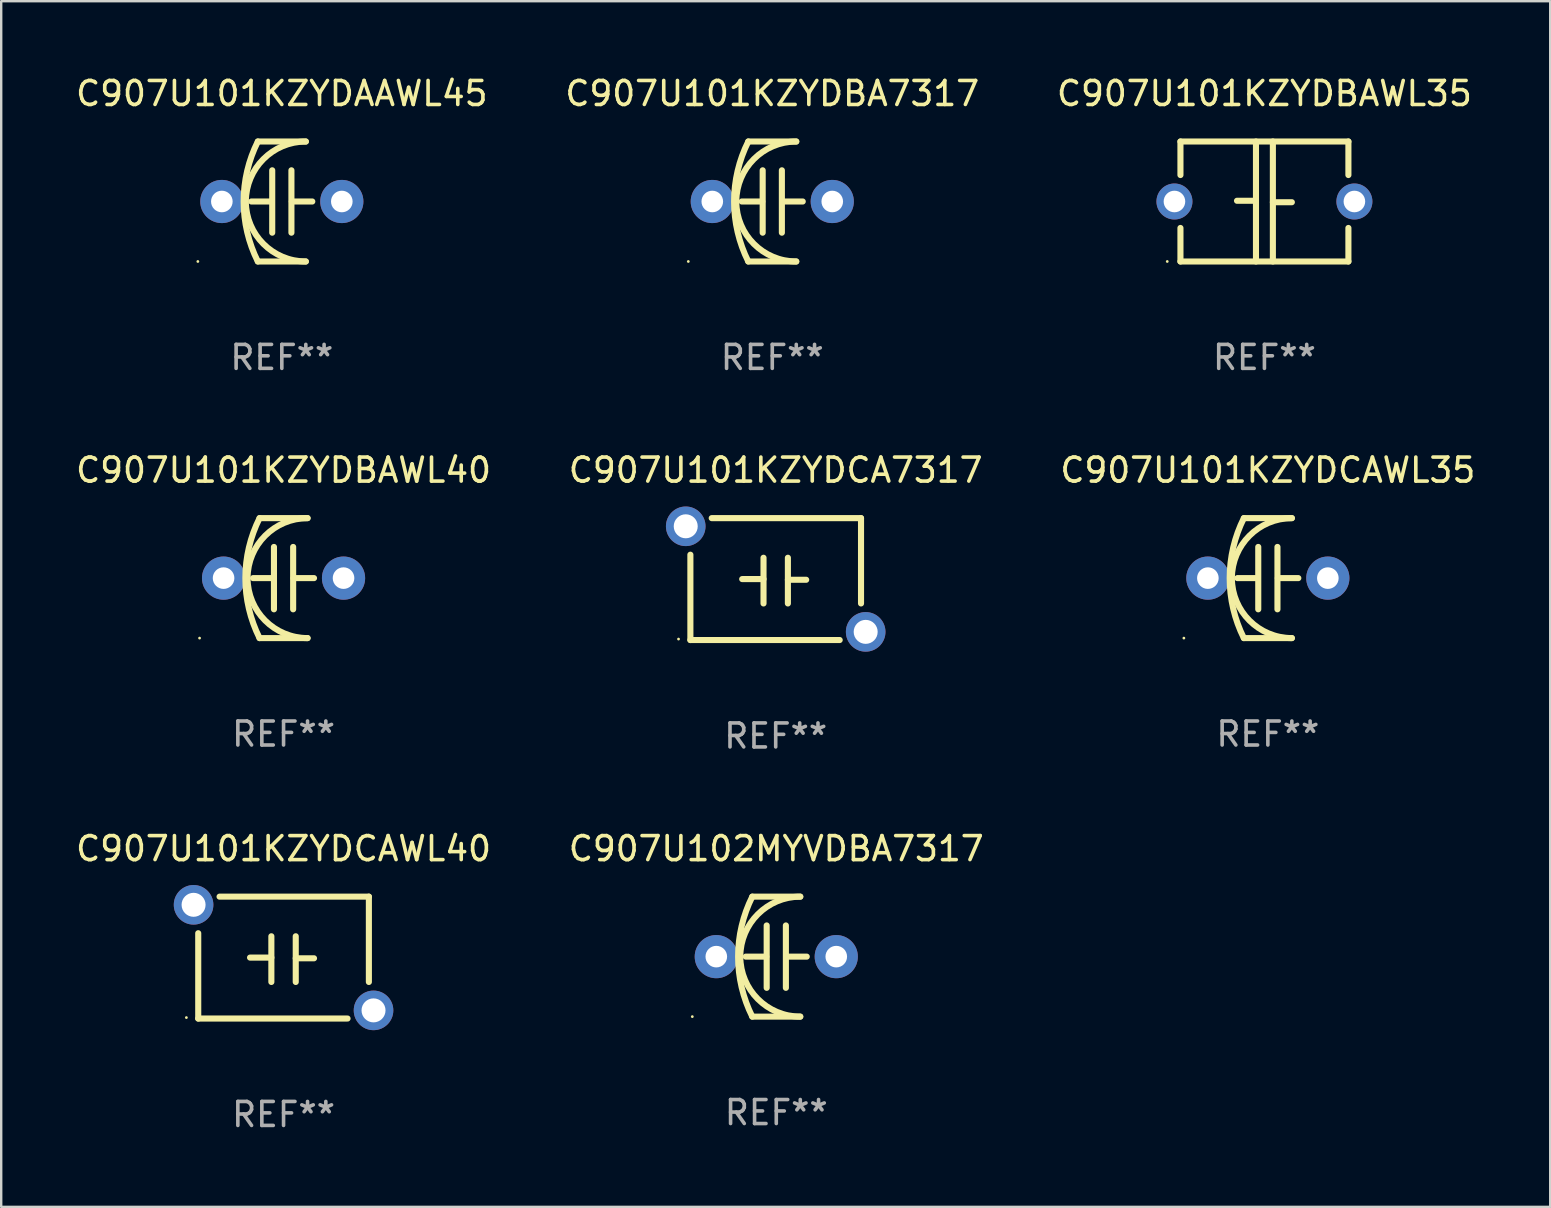
<source format=kicad_pcb>
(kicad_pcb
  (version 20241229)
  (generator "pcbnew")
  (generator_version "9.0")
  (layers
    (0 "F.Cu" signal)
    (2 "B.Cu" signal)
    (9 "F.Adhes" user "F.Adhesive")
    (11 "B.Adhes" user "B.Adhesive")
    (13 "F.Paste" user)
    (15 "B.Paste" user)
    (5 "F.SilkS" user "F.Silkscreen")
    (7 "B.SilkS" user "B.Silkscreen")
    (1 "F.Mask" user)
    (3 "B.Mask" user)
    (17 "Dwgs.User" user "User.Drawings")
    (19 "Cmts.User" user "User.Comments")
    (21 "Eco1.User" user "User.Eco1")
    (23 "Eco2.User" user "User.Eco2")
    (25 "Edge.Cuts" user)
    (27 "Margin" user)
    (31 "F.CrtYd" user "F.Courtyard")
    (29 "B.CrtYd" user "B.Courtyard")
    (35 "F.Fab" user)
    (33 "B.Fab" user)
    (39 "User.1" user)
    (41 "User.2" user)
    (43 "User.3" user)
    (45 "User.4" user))
  (footprint "C907U101KZYDBA7317"
    (layer "F.Cu")
    (at 29.137 5.348)
    (property "Reference" "C907U101KZYDBA7317" (at 0 -4.5 0) (layer "F.SilkS") (effects (font (size 1 1) (thickness 0.15))))
    (attr through_hole)
    (fp_line (start -1 -2.5) (end 1 -2.5) (stroke (width 0.254) (type solid)) (layer "F.SilkS"))
    (fp_line (start -1 2.5) (end 1 2.5) (stroke (width 0.254) (type solid)) (layer "F.SilkS"))
    (fp_line (start -0.416 0) (end -1.27 0) (stroke (width 0.254) (type solid)) (layer "F.SilkS"))
    (fp_line (start -0.4 -1.3) (end -0.4 1.3) (stroke (width 0.254) (type solid)) (layer "F.SilkS"))
    (fp_line (start 0.4 1.3) (end 0.4 -1.3) (stroke (width 0.254) (type solid)) (layer "F.SilkS"))
    (fp_line (start 0.416 0) (end 1.27 0) (stroke (width 0.254) (type solid)) (layer "F.SilkS"))
    (fp_arc (start -1.000762 2.499365) (mid -1.590595 -0.000407) (end -1 -2.5) (stroke (width 0.254001) (type solid)) (layer "F.SilkS"))
    (fp_arc (start 1 2.5) (mid -1.498907 -0.000064) (end 1.000763 -2.499364) (stroke (width 0.254001) (type solid)) (layer "F.SilkS"))
    (fp_circle (center -3.5 2.5) (end -3.47 2.5) (stroke (width 0.06) (type solid)) (fill no) (layer "F.SilkS"))
    (fp_text user "REF**" (at 0 6.5 0) (layer "F.Fab") (effects (font (size 1 1) (thickness 0.15))))
    (pad "1" thru_hole circle (at -2.5 0) (size 1.8 1.8) (drill 0.9) (layers "*.Cu" "*.Mask"))
    (pad "2" thru_hole circle (at 2.5 0) (size 1.8 1.8) (drill 0.9) (layers "*.Cu" "*.Mask")))
  (footprint "C907U101KZYDAAWL45"
    (layer "F.Cu")
    (at 8.696 5.348)
    (property "Reference" "C907U101KZYDAAWL45" (at 0 -4.5 0) (layer "F.SilkS") (effects (font (size 1 1) (thickness 0.15))))
    (attr through_hole)
    (fp_line (start -1 -2.5) (end 1 -2.5) (stroke (width 0.254) (type solid)) (layer "F.SilkS"))
    (fp_line (start -1 2.5) (end 1 2.5) (stroke (width 0.254) (type solid)) (layer "F.SilkS"))
    (fp_line (start -0.416 0) (end -1.27 0) (stroke (width 0.254) (type solid)) (layer "F.SilkS"))
    (fp_line (start -0.4 -1.3) (end -0.4 1.3) (stroke (width 0.254) (type solid)) (layer "F.SilkS"))
    (fp_line (start 0.4 1.3) (end 0.4 -1.3) (stroke (width 0.254) (type solid)) (layer "F.SilkS"))
    (fp_line (start 0.416 0) (end 1.27 0) (stroke (width 0.254) (type solid)) (layer "F.SilkS"))
    (fp_arc (start -1.000762 2.499365) (mid -1.590595 -0.000407) (end -1 -2.5) (stroke (width 0.254001) (type solid)) (layer "F.SilkS"))
    (fp_arc (start 1 2.5) (mid -1.498907 -0.000064) (end 1.000763 -2.499364) (stroke (width 0.254001) (type solid)) (layer "F.SilkS"))
    (fp_circle (center -3.5 2.5) (end -3.47 2.5) (stroke (width 0.06) (type solid)) (fill no) (layer "F.SilkS"))
    (fp_text user "REF**" (at 0 6.5 0) (layer "F.Fab") (effects (font (size 1 1) (thickness 0.15))))
    (pad "1" thru_hole circle (at -2.5 0) (size 1.8 1.8) (drill 0.9) (layers "*.Cu" "*.Mask"))
    (pad "2" thru_hole circle (at 2.5 0) (size 1.8 1.8) (drill 0.9) (layers "*.Cu" "*.Mask")))
  (footprint "C907U102MYVDBA7317"
    (layer "F.Cu")
    (at 29.304 36.821)
    (property "Reference" "C907U102MYVDBA7317" (at 0 -4.5 0) (layer "F.SilkS") (effects (font (size 1 1) (thickness 0.15))))
    (attr through_hole)
    (fp_line (start -1 -2.5) (end 1 -2.5) (stroke (width 0.254) (type solid)) (layer "F.SilkS"))
    (fp_line (start -1 2.5) (end 1 2.5) (stroke (width 0.254) (type solid)) (layer "F.SilkS"))
    (fp_line (start -0.416 0) (end -1.27 0) (stroke (width 0.254) (type solid)) (layer "F.SilkS"))
    (fp_line (start -0.4 -1.3) (end -0.4 1.3) (stroke (width 0.254) (type solid)) (layer "F.SilkS"))
    (fp_line (start 0.4 1.3) (end 0.4 -1.3) (stroke (width 0.254) (type solid)) (layer "F.SilkS"))
    (fp_line (start 0.416 0) (end 1.27 0) (stroke (width 0.254) (type solid)) (layer "F.SilkS"))
    (fp_arc (start -1.000762 2.499365) (mid -1.590595 -0.000407) (end -1 -2.5) (stroke (width 0.254001) (type solid)) (layer "F.SilkS"))
    (fp_arc (start 1 2.5) (mid -1.498907 -0.000064) (end 1.000763 -2.499364) (stroke (width 0.254001) (type solid)) (layer "F.SilkS"))
    (fp_circle (center -3.5 2.5) (end -3.47 2.5) (stroke (width 0.06) (type solid)) (fill no) (layer "F.SilkS"))
    (fp_text user "REF**" (at 0 6.5 0) (layer "F.Fab") (effects (font (size 1 1) (thickness 0.15))))
    (pad "1" thru_hole circle (at -2.5 0) (size 1.8 1.8) (drill 0.9) (layers "*.Cu" "*.Mask"))
    (pad "2" thru_hole circle (at 2.5 0) (size 1.8 1.8) (drill 0.9) (layers "*.Cu" "*.Mask")))
  (footprint "C907U101KZYDCA7317"
    (layer "F.Cu")
    (at 29.28 21.085)
    (property "Reference" "C907U101KZYDCA7317" (at 0 -4.54 0) (layer "F.SilkS") (effects (font (size 1 1) (thickness 0.15))))
    (attr through_hole)
    (fp_line (start -3.556 2.54) (end -3.556 -1.016) (stroke (width 0.254) (type solid)) (layer "F.SilkS"))
    (fp_line (start -1.397 0) (end -0.508 0) (stroke (width 0.254) (type solid)) (layer "F.SilkS"))
    (fp_line (start -0.508 -0.889) (end -0.508 1.016) (stroke (width 0.254) (type solid)) (layer "F.SilkS"))
    (fp_line (start 0.508 -0.889) (end 0.508 1.016) (stroke (width 0.254) (type solid)) (layer "F.SilkS"))
    (fp_line (start 0.508 0.029) (end 1.27 0.029) (stroke (width 0.254) (type solid)) (layer "F.SilkS"))
    (fp_line (start 2.667 2.54) (end -3.556 2.54) (stroke (width 0.254) (type solid)) (layer "F.SilkS"))
    (fp_line (start 3.556 -2.54) (end -2.667 -2.54) (stroke (width 0.254) (type solid)) (layer "F.SilkS"))
    (fp_line (start 3.556 -2.54) (end 3.556 1.016) (stroke (width 0.254) (type solid)) (layer "F.SilkS"))
    (fp_circle (center -4.05 2.5) (end -4.02 2.5) (stroke (width 0.06) (type solid)) (fill no) (layer "F.SilkS"))
    (fp_text user "REF**" (at 0 6.54 0) (layer "F.Fab") (effects (font (size 1 1) (thickness 0.15))))
    (pad "1" thru_hole circle (at -3.75 -2.2) (size 1.65 1.65) (drill 1) (layers "*.Cu" "*.Mask"))
    (pad "2" thru_hole circle (at 3.75 2.2) (size 1.65 1.65) (drill 1) (layers "*.Cu" "*.Mask")))
  (footprint "C907U101KZYDCAWL40"
    (layer "F.Cu")
    (at 8.768 36.861)
    (property "Reference" "C907U101KZYDCAWL40" (at 0 -4.54 0) (layer "F.SilkS") (effects (font (size 1 1) (thickness 0.15))))
    (attr through_hole)
    (fp_line (start -3.556 2.54) (end -3.556 -1.016) (stroke (width 0.254) (type solid)) (layer "F.SilkS"))
    (fp_line (start -1.397 0) (end -0.508 0) (stroke (width 0.254) (type solid)) (layer "F.SilkS"))
    (fp_line (start -0.508 -0.889) (end -0.508 1.016) (stroke (width 0.254) (type solid)) (layer "F.SilkS"))
    (fp_line (start 0.508 -0.889) (end 0.508 1.016) (stroke (width 0.254) (type solid)) (layer "F.SilkS"))
    (fp_line (start 0.508 0.029) (end 1.27 0.029) (stroke (width 0.254) (type solid)) (layer "F.SilkS"))
    (fp_line (start 2.667 2.54) (end -3.556 2.54) (stroke (width 0.254) (type solid)) (layer "F.SilkS"))
    (fp_line (start 3.556 -2.54) (end -2.667 -2.54) (stroke (width 0.254) (type solid)) (layer "F.SilkS"))
    (fp_line (start 3.556 -2.54) (end 3.556 1.016) (stroke (width 0.254) (type solid)) (layer "F.SilkS"))
    (fp_circle (center -4.05 2.5) (end -4.02 2.5) (stroke (width 0.06) (type solid)) (fill no) (layer "F.SilkS"))
    (fp_text user "REF**" (at 0 6.54 0) (layer "F.Fab") (effects (font (size 1 1) (thickness 0.15))))
    (pad "1" thru_hole circle (at -3.75 -2.2) (size 1.65 1.65) (drill 1) (layers "*.Cu" "*.Mask"))
    (pad "2" thru_hole circle (at 3.75 2.2) (size 1.65 1.65) (drill 1) (layers "*.Cu" "*.Mask")))
  (footprint "C907U101KZYDBAWL35"
    (layer "F.Cu")
    (at 49.649 5.348)
    (property "Reference" "C907U101KZYDBAWL35" (at 0 -4.5 0) (layer "F.SilkS") (effects (font (size 1 1) (thickness 0.15))))
    (attr through_hole)
    (fp_line (start -3.5 -2.5) (end -3.5 -1.103) (stroke (width 0.254) (type solid)) (layer "F.SilkS"))
    (fp_line (start -3.5 -2.5) (end 3.5 -2.5) (stroke (width 0.254) (type solid)) (layer "F.SilkS"))
    (fp_line (start -3.5 1.103) (end -3.5 2.5) (stroke (width 0.254) (type solid)) (layer "F.SilkS"))
    (fp_line (start -0.352 -0.03) (end -1.143 -0.03) (stroke (width 0.254) (type solid)) (layer "F.SilkS"))
    (fp_line (start -0.352 2.5) (end -0.352 -2.5) (stroke (width 0.254) (type solid)) (layer "F.SilkS"))
    (fp_line (start 0.352 -2.5) (end 0.352 2.5) (stroke (width 0.254) (type solid)) (layer "F.SilkS"))
    (fp_line (start 0.352 0.03) (end 1.143 0.03) (stroke (width 0.254) (type solid)) (layer "F.SilkS"))
    (fp_line (start 3.5 -2.5) (end 3.5 -1.103) (stroke (width 0.254) (type solid)) (layer "F.SilkS"))
    (fp_line (start 3.5 1.103) (end 3.5 2.5) (stroke (width 0.254) (type solid)) (layer "F.SilkS"))
    (fp_line (start 3.5 2.5) (end -3.5 2.5) (stroke (width 0.254) (type solid)) (layer "F.SilkS"))
    (fp_circle (center -4.05 2.5) (end -4.02 2.5) (stroke (width 0.06) (type solid)) (fill no) (layer "F.SilkS"))
    (fp_text user "REF**" (at 0 6.5 0) (layer "F.Fab") (effects (font (size 1 1) (thickness 0.15))))
    (pad "1" thru_hole circle (at -3.75 0) (size 1.5 1.5) (drill 0.9) (layers "*.Cu" "*.Mask"))
    (pad "2" thru_hole circle (at 3.75 0) (size 1.5 1.5) (drill 0.9) (layers "*.Cu" "*.Mask")))
  (footprint "C907U101KZYDCAWL35"
    (layer "F.Cu")
    (at 49.792 21.045)
    (property "Reference" "C907U101KZYDCAWL35" (at 0 -4.5 0) (layer "F.SilkS") (effects (font (size 1 1) (thickness 0.15))))
    (attr through_hole)
    (fp_line (start -1 -2.5) (end 1 -2.5) (stroke (width 0.254) (type solid)) (layer "F.SilkS"))
    (fp_line (start -1 2.5) (end 1 2.5) (stroke (width 0.254) (type solid)) (layer "F.SilkS"))
    (fp_line (start -0.416 0) (end -1.27 0) (stroke (width 0.254) (type solid)) (layer "F.SilkS"))
    (fp_line (start -0.4 -1.3) (end -0.4 1.3) (stroke (width 0.254) (type solid)) (layer "F.SilkS"))
    (fp_line (start 0.4 1.3) (end 0.4 -1.3) (stroke (width 0.254) (type solid)) (layer "F.SilkS"))
    (fp_line (start 0.416 0) (end 1.27 0) (stroke (width 0.254) (type solid)) (layer "F.SilkS"))
    (fp_arc (start -1.000762 2.499365) (mid -1.590595 -0.000407) (end -1 -2.5) (stroke (width 0.254001) (type solid)) (layer "F.SilkS"))
    (fp_arc (start 1 2.5) (mid -1.498907 -0.000064) (end 1.000763 -2.499364) (stroke (width 0.254001) (type solid)) (layer "F.SilkS"))
    (fp_circle (center -3.5 2.5) (end -3.47 2.5) (stroke (width 0.06) (type solid)) (fill no) (layer "F.SilkS"))
    (fp_text user "REF**" (at 0 6.5 0) (layer "F.Fab") (effects (font (size 1 1) (thickness 0.15))))
    (pad "1" thru_hole circle (at -2.5 0) (size 1.8 1.8) (drill 0.9) (layers "*.Cu" "*.Mask"))
    (pad "2" thru_hole circle (at 2.5 0) (size 1.8 1.8) (drill 0.9) (layers "*.Cu" "*.Mask")))
  (footprint "C907U101KZYDBAWL40"
    (layer "F.Cu")
    (at 8.768 21.045)
    (property "Reference" "C907U101KZYDBAWL40" (at 0 -4.5 0) (layer "F.SilkS") (effects (font (size 1 1) (thickness 0.15))))
    (attr through_hole)
    (fp_line (start -1 -2.5) (end 1 -2.5) (stroke (width 0.254) (type solid)) (layer "F.SilkS"))
    (fp_line (start -1 2.5) (end 1 2.5) (stroke (width 0.254) (type solid)) (layer "F.SilkS"))
    (fp_line (start -0.416 0) (end -1.27 0) (stroke (width 0.254) (type solid)) (layer "F.SilkS"))
    (fp_line (start -0.4 -1.3) (end -0.4 1.3) (stroke (width 0.254) (type solid)) (layer "F.SilkS"))
    (fp_line (start 0.4 1.3) (end 0.4 -1.3) (stroke (width 0.254) (type solid)) (layer "F.SilkS"))
    (fp_line (start 0.416 0) (end 1.27 0) (stroke (width 0.254) (type solid)) (layer "F.SilkS"))
    (fp_arc (start -1.000762 2.499365) (mid -1.590595 -0.000407) (end -1 -2.5) (stroke (width 0.254001) (type solid)) (layer "F.SilkS"))
    (fp_arc (start 1 2.5) (mid -1.498907 -0.000064) (end 1.000763 -2.499364) (stroke (width 0.254001) (type solid)) (layer "F.SilkS"))
    (fp_circle (center -3.5 2.5) (end -3.47 2.5) (stroke (width 0.06) (type solid)) (fill no) (layer "F.SilkS"))
    (fp_text user "REF**" (at 0 6.5 0) (layer "F.Fab") (effects (font (size 1 1) (thickness 0.15))))
    (pad "1" thru_hole circle (at -2.5 0) (size 1.8 1.8) (drill 0.9) (layers "*.Cu" "*.Mask"))
    (pad "2" thru_hole circle (at 2.5 0) (size 1.8 1.8) (drill 0.9) (layers "*.Cu" "*.Mask")))
  (gr_rect
    (start -3 -3)
    (end 61.56 47.25)
    (stroke (width 0.1) (type default))
    (fill no)
    (layer "Edge.Cuts")))
</source>
